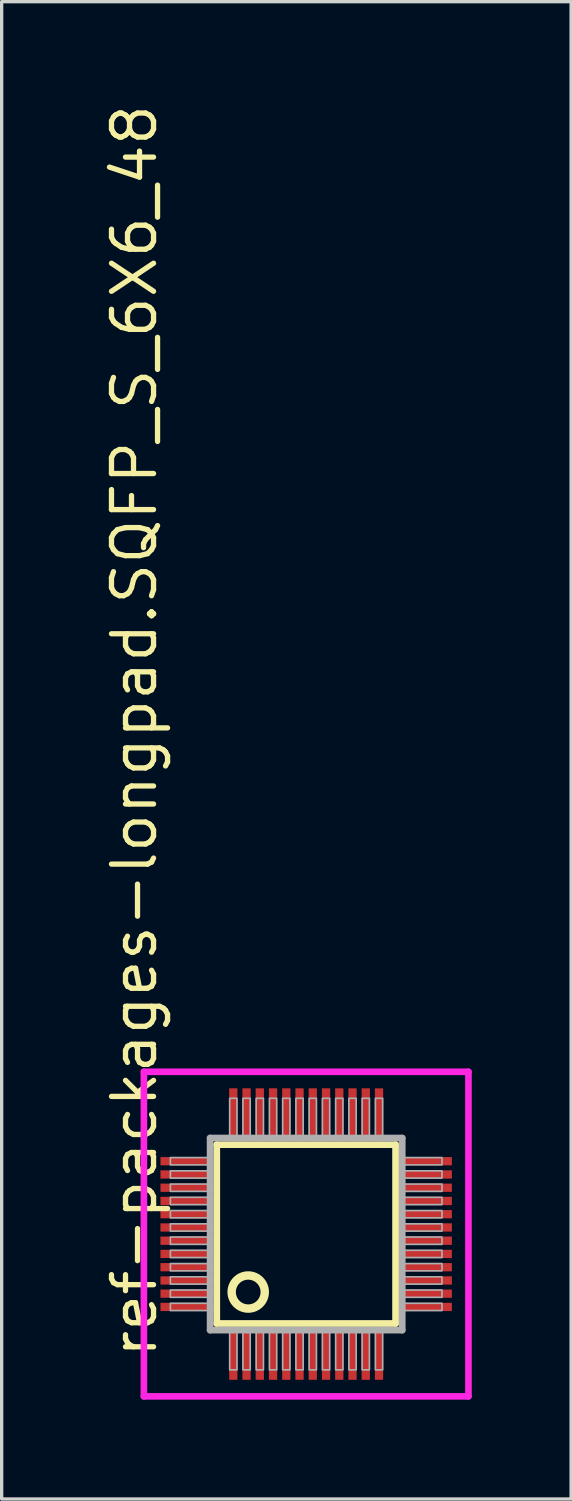
<source format=kicad_pcb>
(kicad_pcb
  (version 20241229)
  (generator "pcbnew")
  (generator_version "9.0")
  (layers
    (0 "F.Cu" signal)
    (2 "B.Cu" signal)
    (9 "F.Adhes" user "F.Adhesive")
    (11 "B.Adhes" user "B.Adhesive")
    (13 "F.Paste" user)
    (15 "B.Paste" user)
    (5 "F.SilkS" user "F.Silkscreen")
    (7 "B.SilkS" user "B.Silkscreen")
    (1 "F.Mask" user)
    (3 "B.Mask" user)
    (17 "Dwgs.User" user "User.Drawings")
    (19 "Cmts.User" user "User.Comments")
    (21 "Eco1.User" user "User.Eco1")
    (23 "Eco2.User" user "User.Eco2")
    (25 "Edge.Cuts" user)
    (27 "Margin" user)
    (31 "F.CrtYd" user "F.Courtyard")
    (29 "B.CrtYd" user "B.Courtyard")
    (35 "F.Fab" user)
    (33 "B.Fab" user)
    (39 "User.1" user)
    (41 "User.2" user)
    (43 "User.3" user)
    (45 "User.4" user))
  (footprint "ref-packages-longpad.SQFP_S_6X6_48"
    (layer "F.Cu")
    (at 6.195 34.214)
    (property "Reference" "ref-packages-longpad.SQFP_S_6X6_48" (at -4.445 3.81 90) (layer "F.SilkS") (effects (font (size 1.27 1.27) (thickness 0.16)) (justify left bottom)))
    (attr smd)
    (fp_line (start -2.7 -2.7) (end 2.7 -2.7) (stroke (width 0.203) (type default)) (layer "F.SilkS"))
    (fp_line (start -2.7 2.7) (end -2.7 -2.7) (stroke (width 0.203) (type default)) (layer "F.SilkS"))
    (fp_line (start 2.7 -2.7) (end 2.7 2.7) (stroke (width 0.203) (type default)) (layer "F.SilkS"))
    (fp_line (start 2.7 2.7) (end -2.7 2.7) (stroke (width 0.203) (type default)) (layer "F.SilkS"))
    (fp_circle (center -1.75 1.75) (end -1.25 1.75) (stroke (width 0.254) (type default)) (fill no) (layer "F.SilkS"))
    (fp_line (start -4.9 -4.9) (end 4.9 -4.9) (stroke (width 0.2) (type default)) (layer "F.CrtYd"))
    (fp_line (start -4.9 4.9) (end -4.9 -4.9) (stroke (width 0.2) (type default)) (layer "F.CrtYd"))
    (fp_line (start 4.9 -4.9) (end 4.9 4.9) (stroke (width 0.2) (type default)) (layer "F.CrtYd"))
    (fp_line (start 4.9 4.9) (end -4.9 4.9) (stroke (width 0.2) (type default)) (layer "F.CrtYd"))
    (fp_line (start -2.9 -2.9) (end -2.9 2.9) (stroke (width 0.203) (type default)) (layer "F.Fab"))
    (fp_line (start -2.9 2.9) (end 2.9 2.9) (stroke (width 0.203) (type default)) (layer "F.Fab"))
    (fp_line (start 2.9 -2.9) (end -2.9 -2.9) (stroke (width 0.203) (type default)) (layer "F.Fab"))
    (fp_line (start 2.9 2.9) (end 2.9 -2.9) (stroke (width 0.203) (type default)) (layer "F.Fab"))
    (fp_rect (start -4.1 -2.09) (end -2.95 -2.31) (stroke (width 0.05) (type default)) (fill no) (layer "F.Fab"))
    (fp_rect (start -4.1 -1.69) (end -2.95 -1.91) (stroke (width 0.05) (type default)) (fill no) (layer "F.Fab"))
    (fp_rect (start -4.1 -1.29) (end -2.95 -1.51) (stroke (width 0.05) (type default)) (fill no) (layer "F.Fab"))
    (fp_rect (start -4.1 -0.89) (end -2.95 -1.11) (stroke (width 0.05) (type default)) (fill no) (layer "F.Fab"))
    (fp_rect (start -4.1 -0.49) (end -2.95 -0.71) (stroke (width 0.05) (type default)) (fill no) (layer "F.Fab"))
    (fp_rect (start -4.1 -0.09) (end -2.95 -0.31) (stroke (width 0.05) (type default)) (fill no) (layer "F.Fab"))
    (fp_rect (start -4.1 0.31) (end -2.95 0.09) (stroke (width 0.05) (type default)) (fill no) (layer "F.Fab"))
    (fp_rect (start -4.1 0.71) (end -2.95 0.49) (stroke (width 0.05) (type default)) (fill no) (layer "F.Fab"))
    (fp_rect (start -4.1 1.11) (end -2.95 0.89) (stroke (width 0.05) (type default)) (fill no) (layer "F.Fab"))
    (fp_rect (start -4.1 1.51) (end -2.95 1.29) (stroke (width 0.05) (type default)) (fill no) (layer "F.Fab"))
    (fp_rect (start -4.1 1.91) (end -2.95 1.69) (stroke (width 0.05) (type default)) (fill no) (layer "F.Fab"))
    (fp_rect (start -4.1 2.31) (end -2.95 2.09) (stroke (width 0.05) (type default)) (fill no) (layer "F.Fab"))
    (fp_rect (start -2.31 -2.95) (end -2.09 -4.1) (stroke (width 0.05) (type default)) (fill no) (layer "F.Fab"))
    (fp_rect (start -2.31 4.1) (end -2.09 2.95) (stroke (width 0.05) (type default)) (fill no) (layer "F.Fab"))
    (fp_rect (start -1.91 -2.95) (end -1.69 -4.1) (stroke (width 0.05) (type default)) (fill no) (layer "F.Fab"))
    (fp_rect (start -1.91 4.1) (end -1.69 2.95) (stroke (width 0.05) (type default)) (fill no) (layer "F.Fab"))
    (fp_rect (start -1.51 -2.95) (end -1.29 -4.1) (stroke (width 0.05) (type default)) (fill no) (layer "F.Fab"))
    (fp_rect (start -1.51 4.1) (end -1.29 2.95) (stroke (width 0.05) (type default)) (fill no) (layer "F.Fab"))
    (fp_rect (start -1.11 -2.95) (end -0.89 -4.1) (stroke (width 0.05) (type default)) (fill no) (layer "F.Fab"))
    (fp_rect (start -1.11 4.1) (end -0.89 2.95) (stroke (width 0.05) (type default)) (fill no) (layer "F.Fab"))
    (fp_rect (start -0.71 -2.95) (end -0.49 -4.1) (stroke (width 0.05) (type default)) (fill no) (layer "F.Fab"))
    (fp_rect (start -0.71 4.1) (end -0.49 2.95) (stroke (width 0.05) (type default)) (fill no) (layer "F.Fab"))
    (fp_rect (start -0.31 -2.95) (end -0.09 -4.1) (stroke (width 0.05) (type default)) (fill no) (layer "F.Fab"))
    (fp_rect (start -0.31 4.1) (end -0.09 2.95) (stroke (width 0.05) (type default)) (fill no) (layer "F.Fab"))
    (fp_rect (start 0.09 -2.95) (end 0.31 -4.1) (stroke (width 0.05) (type default)) (fill no) (layer "F.Fab"))
    (fp_rect (start 0.09 4.1) (end 0.31 2.95) (stroke (width 0.05) (type default)) (fill no) (layer "F.Fab"))
    (fp_rect (start 0.49 -2.95) (end 0.71 -4.1) (stroke (width 0.05) (type default)) (fill no) (layer "F.Fab"))
    (fp_rect (start 0.49 4.1) (end 0.71 2.95) (stroke (width 0.05) (type default)) (fill no) (layer "F.Fab"))
    (fp_rect (start 0.89 -2.95) (end 1.11 -4.1) (stroke (width 0.05) (type default)) (fill no) (layer "F.Fab"))
    (fp_rect (start 0.89 4.1) (end 1.11 2.95) (stroke (width 0.05) (type default)) (fill no) (layer "F.Fab"))
    (fp_rect (start 1.29 -2.95) (end 1.51 -4.1) (stroke (width 0.05) (type default)) (fill no) (layer "F.Fab"))
    (fp_rect (start 1.29 4.1) (end 1.51 2.95) (stroke (width 0.05) (type default)) (fill no) (layer "F.Fab"))
    (fp_rect (start 1.69 -2.95) (end 1.91 -4.1) (stroke (width 0.05) (type default)) (fill no) (layer "F.Fab"))
    (fp_rect (start 1.69 4.1) (end 1.91 2.95) (stroke (width 0.05) (type default)) (fill no) (layer "F.Fab"))
    (fp_rect (start 2.09 -2.95) (end 2.31 -4.1) (stroke (width 0.05) (type default)) (fill no) (layer "F.Fab"))
    (fp_rect (start 2.09 4.1) (end 2.31 2.95) (stroke (width 0.05) (type default)) (fill no) (layer "F.Fab"))
    (fp_rect (start 2.95 -2.09) (end 4.1 -2.31) (stroke (width 0.05) (type default)) (fill no) (layer "F.Fab"))
    (fp_rect (start 2.95 -1.69) (end 4.1 -1.91) (stroke (width 0.05) (type default)) (fill no) (layer "F.Fab"))
    (fp_rect (start 2.95 -1.29) (end 4.1 -1.51) (stroke (width 0.05) (type default)) (fill no) (layer "F.Fab"))
    (fp_rect (start 2.95 -0.89) (end 4.1 -1.11) (stroke (width 0.05) (type default)) (fill no) (layer "F.Fab"))
    (fp_rect (start 2.95 -0.49) (end 4.1 -0.71) (stroke (width 0.05) (type default)) (fill no) (layer "F.Fab"))
    (fp_rect (start 2.95 -0.09) (end 4.1 -0.31) (stroke (width 0.05) (type default)) (fill no) (layer "F.Fab"))
    (fp_rect (start 2.95 0.31) (end 4.1 0.09) (stroke (width 0.05) (type default)) (fill no) (layer "F.Fab"))
    (fp_rect (start 2.95 0.71) (end 4.1 0.49) (stroke (width 0.05) (type default)) (fill no) (layer "F.Fab"))
    (fp_rect (start 2.95 1.11) (end 4.1 0.89) (stroke (width 0.05) (type default)) (fill no) (layer "F.Fab"))
    (fp_rect (start 2.95 1.51) (end 4.1 1.29) (stroke (width 0.05) (type default)) (fill no) (layer "F.Fab"))
    (fp_rect (start 2.95 1.91) (end 4.1 1.69) (stroke (width 0.05) (type default)) (fill no) (layer "F.Fab"))
    (fp_rect (start 2.95 2.31) (end 4.1 2.09) (stroke (width 0.05) (type default)) (fill no) (layer "F.Fab"))
    (pad "1" smd roundrect (at -2.2 3.6) (size 0.25 1.6) (layers "F.Cu" "F.Mask" "F.Paste") (roundrect_rratio 0.01))
    (pad "2" smd roundrect (at -1.8 3.6) (size 0.25 1.6) (layers "F.Cu" "F.Mask" "F.Paste") (roundrect_rratio 0.01))
    (pad "3" smd roundrect (at -1.4 3.6) (size 0.25 1.6) (layers "F.Cu" "F.Mask" "F.Paste") (roundrect_rratio 0.01))
    (pad "4" smd roundrect (at -1 3.6) (size 0.25 1.6) (layers "F.Cu" "F.Mask" "F.Paste") (roundrect_rratio 0.01))
    (pad "5" smd roundrect (at -0.6 3.6) (size 0.25 1.6) (layers "F.Cu" "F.Mask" "F.Paste") (roundrect_rratio 0.01))
    (pad "6" smd roundrect (at -0.2 3.6) (size 0.25 1.6) (layers "F.Cu" "F.Mask" "F.Paste") (roundrect_rratio 0.01))
    (pad "7" smd roundrect (at 0.2 3.6) (size 0.25 1.6) (layers "F.Cu" "F.Mask" "F.Paste") (roundrect_rratio 0.01))
    (pad "8" smd roundrect (at 0.6 3.6) (size 0.25 1.6) (layers "F.Cu" "F.Mask" "F.Paste") (roundrect_rratio 0.01))
    (pad "9" smd roundrect (at 1 3.6) (size 0.25 1.6) (layers "F.Cu" "F.Mask" "F.Paste") (roundrect_rratio 0.01))
    (pad "10" smd roundrect (at 1.4 3.6) (size 0.25 1.6) (layers "F.Cu" "F.Mask" "F.Paste") (roundrect_rratio 0.01))
    (pad "11" smd roundrect (at 1.8 3.6) (size 0.25 1.6) (layers "F.Cu" "F.Mask" "F.Paste") (roundrect_rratio 0.01))
    (pad "12" smd roundrect (at 2.2 3.6) (size 0.25 1.6) (layers "F.Cu" "F.Mask" "F.Paste") (roundrect_rratio 0.01))
    (pad "13" smd roundrect (at 3.6 2.2) (size 1.6 0.25) (layers "F.Cu" "F.Mask" "F.Paste") (roundrect_rratio 0.01))
    (pad "14" smd roundrect (at 3.6 1.8) (size 1.6 0.25) (layers "F.Cu" "F.Mask" "F.Paste") (roundrect_rratio 0.01))
    (pad "15" smd roundrect (at 3.6 1.4) (size 1.6 0.25) (layers "F.Cu" "F.Mask" "F.Paste") (roundrect_rratio 0.01))
    (pad "16" smd roundrect (at 3.6 1) (size 1.6 0.25) (layers "F.Cu" "F.Mask" "F.Paste") (roundrect_rratio 0.01))
    (pad "17" smd roundrect (at 3.6 0.6) (size 1.6 0.25) (layers "F.Cu" "F.Mask" "F.Paste") (roundrect_rratio 0.01))
    (pad "18" smd roundrect (at 3.6 0.2) (size 1.6 0.25) (layers "F.Cu" "F.Mask" "F.Paste") (roundrect_rratio 0.01))
    (pad "19" smd roundrect (at 3.6 -0.2) (size 1.6 0.25) (layers "F.Cu" "F.Mask" "F.Paste") (roundrect_rratio 0.01))
    (pad "20" smd roundrect (at 3.6 -0.6) (size 1.6 0.25) (layers "F.Cu" "F.Mask" "F.Paste") (roundrect_rratio 0.01))
    (pad "21" smd roundrect (at 3.6 -1) (size 1.6 0.25) (layers "F.Cu" "F.Mask" "F.Paste") (roundrect_rratio 0.01))
    (pad "22" smd roundrect (at 3.6 -1.4) (size 1.6 0.25) (layers "F.Cu" "F.Mask" "F.Paste") (roundrect_rratio 0.01))
    (pad "23" smd roundrect (at 3.6 -1.8) (size 1.6 0.25) (layers "F.Cu" "F.Mask" "F.Paste") (roundrect_rratio 0.01))
    (pad "24" smd roundrect (at 3.6 -2.2) (size 1.6 0.25) (layers "F.Cu" "F.Mask" "F.Paste") (roundrect_rratio 0.01))
    (pad "25" smd roundrect (at 2.2 -3.6) (size 0.25 1.6) (layers "F.Cu" "F.Mask" "F.Paste") (roundrect_rratio 0.01))
    (pad "26" smd roundrect (at 1.8 -3.6) (size 0.25 1.6) (layers "F.Cu" "F.Mask" "F.Paste") (roundrect_rratio 0.01))
    (pad "27" smd roundrect (at 1.4 -3.6) (size 0.25 1.6) (layers "F.Cu" "F.Mask" "F.Paste") (roundrect_rratio 0.01))
    (pad "28" smd roundrect (at 1 -3.6) (size 0.25 1.6) (layers "F.Cu" "F.Mask" "F.Paste") (roundrect_rratio 0.01))
    (pad "29" smd roundrect (at 0.6 -3.6) (size 0.25 1.6) (layers "F.Cu" "F.Mask" "F.Paste") (roundrect_rratio 0.01))
    (pad "30" smd roundrect (at 0.2 -3.6) (size 0.25 1.6) (layers "F.Cu" "F.Mask" "F.Paste") (roundrect_rratio 0.01))
    (pad "31" smd roundrect (at -0.2 -3.6) (size 0.25 1.6) (layers "F.Cu" "F.Mask" "F.Paste") (roundrect_rratio 0.01))
    (pad "32" smd roundrect (at -0.6 -3.6) (size 0.25 1.6) (layers "F.Cu" "F.Mask" "F.Paste") (roundrect_rratio 0.01))
    (pad "33" smd roundrect (at -1 -3.6) (size 0.25 1.6) (layers "F.Cu" "F.Mask" "F.Paste") (roundrect_rratio 0.01))
    (pad "34" smd roundrect (at -1.4 -3.6) (size 0.25 1.6) (layers "F.Cu" "F.Mask" "F.Paste") (roundrect_rratio 0.01))
    (pad "35" smd roundrect (at -1.8 -3.6) (size 0.25 1.6) (layers "F.Cu" "F.Mask" "F.Paste") (roundrect_rratio 0.01))
    (pad "36" smd roundrect (at -2.2 -3.6) (size 0.25 1.6) (layers "F.Cu" "F.Mask" "F.Paste") (roundrect_rratio 0.01))
    (pad "37" smd roundrect (at -3.6 -2.2) (size 1.6 0.25) (layers "F.Cu" "F.Mask" "F.Paste") (roundrect_rratio 0.01))
    (pad "38" smd roundrect (at -3.6 -1.8) (size 1.6 0.25) (layers "F.Cu" "F.Mask" "F.Paste") (roundrect_rratio 0.01))
    (pad "39" smd roundrect (at -3.6 -1.4) (size 1.6 0.25) (layers "F.Cu" "F.Mask" "F.Paste") (roundrect_rratio 0.01))
    (pad "40" smd roundrect (at -3.6 -1) (size 1.6 0.25) (layers "F.Cu" "F.Mask" "F.Paste") (roundrect_rratio 0.01))
    (pad "41" smd roundrect (at -3.6 -0.6) (size 1.6 0.25) (layers "F.Cu" "F.Mask" "F.Paste") (roundrect_rratio 0.01))
    (pad "42" smd roundrect (at -3.6 -0.2) (size 1.6 0.25) (layers "F.Cu" "F.Mask" "F.Paste") (roundrect_rratio 0.01))
    (pad "43" smd roundrect (at -3.6 0.2) (size 1.6 0.25) (layers "F.Cu" "F.Mask" "F.Paste") (roundrect_rratio 0.01))
    (pad "44" smd roundrect (at -3.6 0.6) (size 1.6 0.25) (layers "F.Cu" "F.Mask" "F.Paste") (roundrect_rratio 0.01))
    (pad "45" smd roundrect (at -3.6 1) (size 1.6 0.25) (layers "F.Cu" "F.Mask" "F.Paste") (roundrect_rratio 0.01))
    (pad "46" smd roundrect (at -3.6 1.4) (size 1.6 0.25) (layers "F.Cu" "F.Mask" "F.Paste") (roundrect_rratio 0.01))
    (pad "47" smd roundrect (at -3.6 1.8) (size 1.6 0.25) (layers "F.Cu" "F.Mask" "F.Paste") (roundrect_rratio 0.01))
    (pad "48" smd roundrect (at -3.6 2.2) (size 1.6 0.25) (layers "F.Cu" "F.Mask" "F.Paste") (roundrect_rratio 0.01)))
  (gr_rect
    (start -3 -3)
    (end 14.195 42.214)
    (stroke (width 0.1) (type default))
    (fill no)
    (layer "Edge.Cuts")))
</source>
